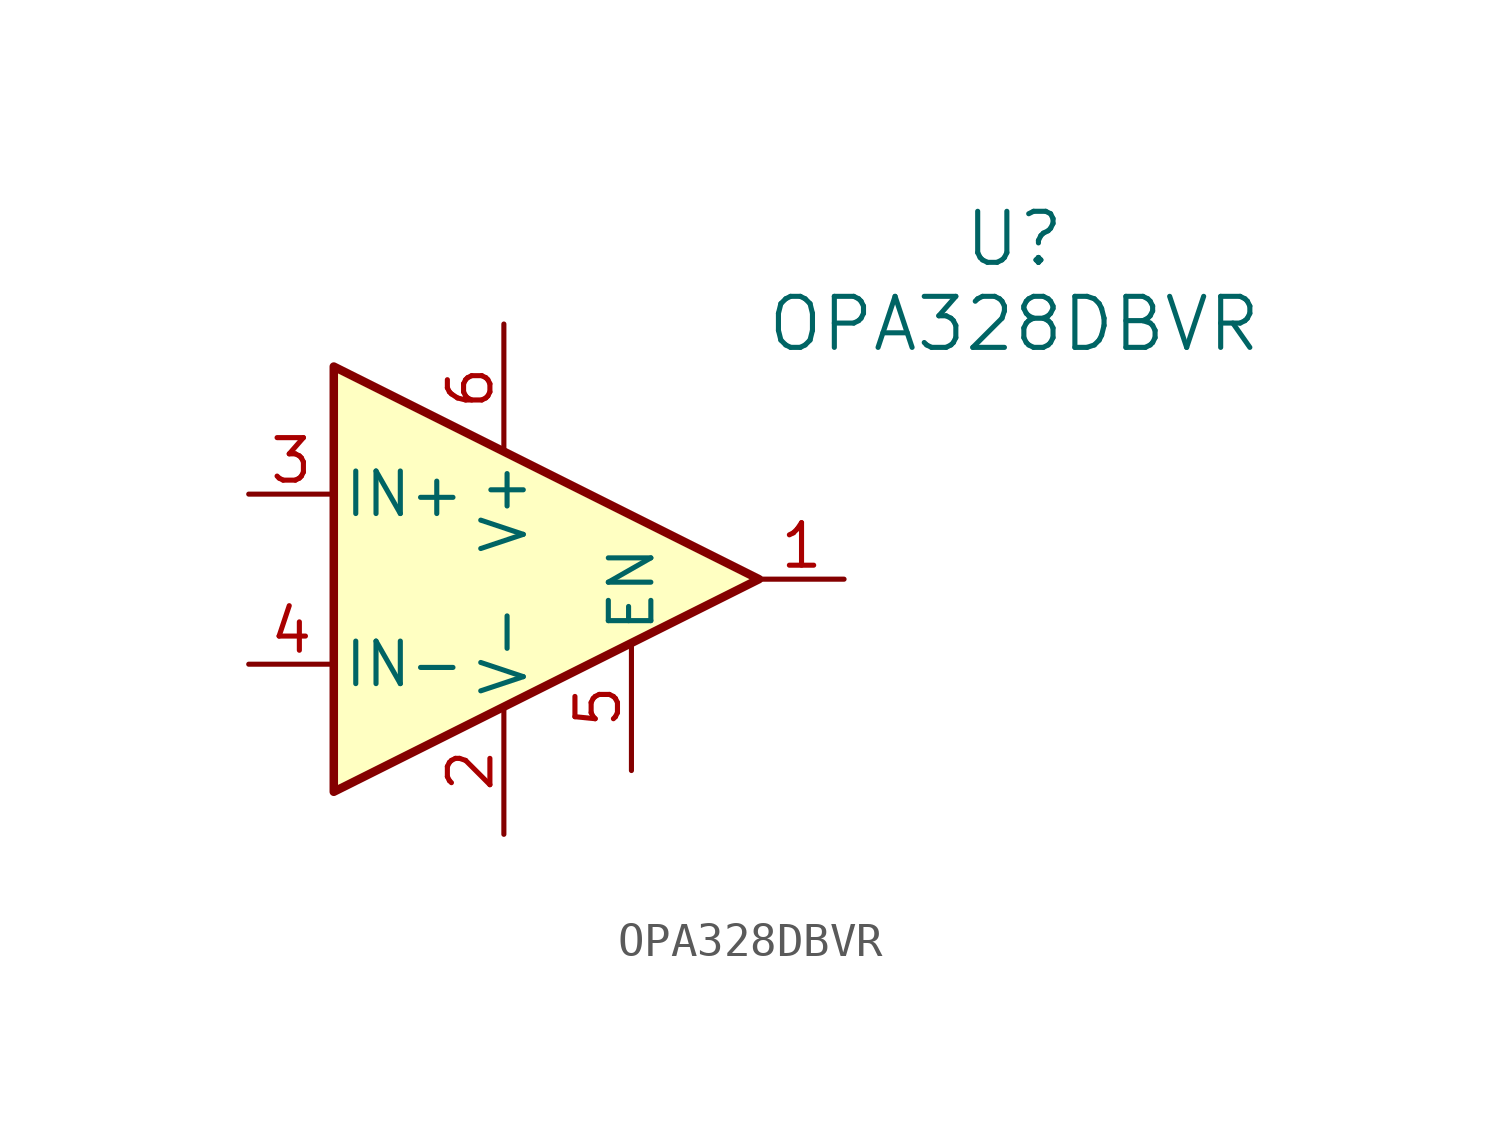
<source format=kicad_sym>
(kicad_symbol_lib
  (version 20220914)
  (generator kicad_symbol_editor)
  (symbol "OPA328DBVR"
    (pin_names
      (offset 0.254))
    (property "Reference" "U"
      (at 20.32 10.16 0)
      (effects (font (size 1.524 1.524))))
    (property "Value" "OPA328DBVR"
      (at 20.32 7.62 0)
      (effects (font (size 1.524 1.524))))
    (property "ki_locked" ""
      (at 0 0 0)
      (effects (font (size 1.27 1.27))))
    (symbol "OPA328DBVR_0_1"
      (polyline (pts (xy 0 6.35) (xy 12.7 0) (xy 0 -6.35) (xy 0 6.35)) (stroke (width 0.254) (type default)) (fill (type background)))
      (pin power_in line (at 5.08 -7.62 90) (length 3.81) (name "V-" (effects (font (size 1.27 1.27)))) (number "2" (effects (font (size 1.27 1.27))))))
    (symbol "OPA328DBVR_1_1"
      (pin output line (at 15.24 0 180) (length 2.54) (name "~" (effects (font (size 1.27 1.27)))) (number "1" (effects (font (size 1.27 1.27)))))
      (pin input line (at -2.54 2.54 0) (length 2.54) (name "IN+" (effects (font (size 1.27 1.27)))) (number "3" (effects (font (size 1.27 1.27)))))
      (pin input line (at -2.54 -2.54 0) (length 2.54) (name "IN-" (effects (font (size 1.27 1.27)))) (number "4" (effects (font (size 1.27 1.27)))))
      (pin input line (at 8.89 -5.715 90) (length 3.82) (name "EN" (effects (font (size 1.27 1.27)))) (number "5" (effects (font (size 1.27 1.27)))))
      (pin power_in line (at 5.08 7.62 270) (length 3.81) (name "V+" (effects (font (size 1.27 1.27)))) (number "6" (effects (font (size 1.27 1.27))))))))
</source>
